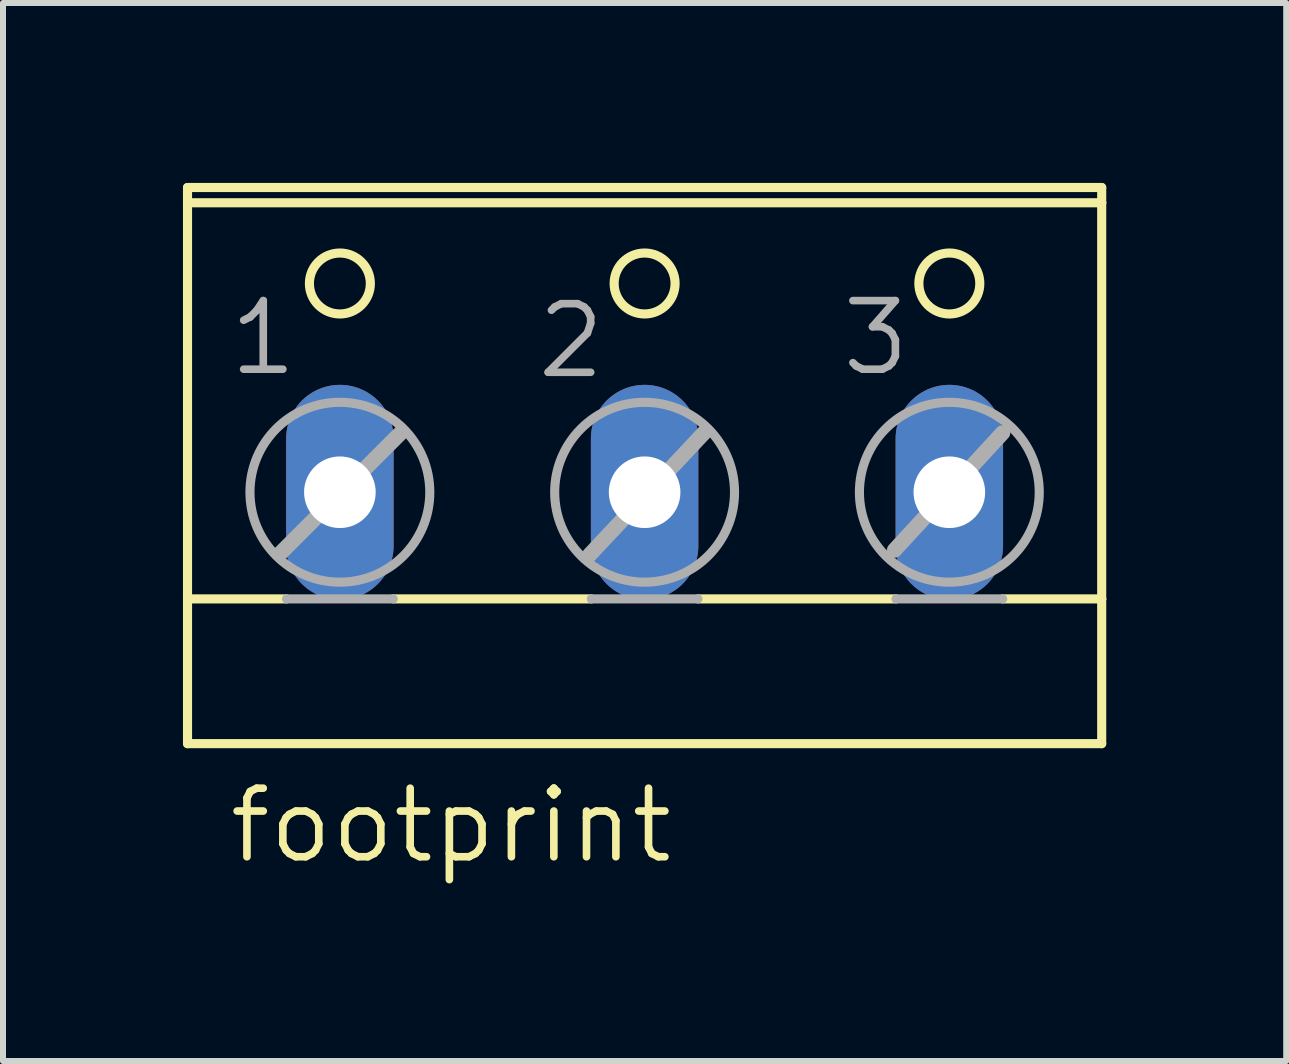
<source format=kicad_pcb>
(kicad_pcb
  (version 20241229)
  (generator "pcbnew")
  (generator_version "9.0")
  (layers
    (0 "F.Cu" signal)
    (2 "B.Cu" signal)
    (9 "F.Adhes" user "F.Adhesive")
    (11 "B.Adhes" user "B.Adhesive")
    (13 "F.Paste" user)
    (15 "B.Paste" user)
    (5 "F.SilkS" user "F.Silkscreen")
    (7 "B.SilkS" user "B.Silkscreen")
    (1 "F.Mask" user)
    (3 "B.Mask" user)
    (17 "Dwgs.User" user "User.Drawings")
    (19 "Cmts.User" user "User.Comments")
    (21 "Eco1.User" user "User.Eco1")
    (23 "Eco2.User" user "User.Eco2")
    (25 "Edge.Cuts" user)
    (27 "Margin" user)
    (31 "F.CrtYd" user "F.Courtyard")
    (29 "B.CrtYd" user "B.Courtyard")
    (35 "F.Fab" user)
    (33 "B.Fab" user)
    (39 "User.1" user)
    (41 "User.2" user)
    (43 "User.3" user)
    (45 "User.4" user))
  (footprint "footprint"
    (layer "F.Cu")
    (at 7.696 4.521)
    (property "Reference" "footprint" (at -6.985 6.858 0) (layer "F.SilkS") (effects (font (size 1.143 1.143) (thickness 0.127)) (justify left bottom)))
    (fp_line (start -7.62 -4.445) (end 7.62 -4.445) (stroke (width 0.152) (type solid)) (layer "F.SilkS"))
    (fp_line (start -7.62 -4.191) (end -7.62 -4.445) (stroke (width 0.152) (type solid)) (layer "F.SilkS"))
    (fp_line (start -7.62 2.413) (end -7.62 -4.191) (stroke (width 0.152) (type solid)) (layer "F.SilkS"))
    (fp_line (start -7.62 2.413) (end -5.969 2.413) (stroke (width 0.152) (type solid)) (layer "F.SilkS"))
    (fp_line (start -7.62 4.826) (end -7.62 2.413) (stroke (width 0.152) (type solid)) (layer "F.SilkS"))
    (fp_line (start -7.62 4.826) (end 7.62 4.826) (stroke (width 0.152) (type solid)) (layer "F.SilkS"))
    (fp_line (start -4.191 2.413) (end -0.889 2.413) (stroke (width 0.152) (type solid)) (layer "F.SilkS"))
    (fp_line (start 0.889 2.413) (end 4.191 2.413) (stroke (width 0.152) (type solid)) (layer "F.SilkS"))
    (fp_line (start 5.969 2.413) (end 7.62 2.413) (stroke (width 0.152) (type solid)) (layer "F.SilkS"))
    (fp_line (start 7.62 -4.191) (end -7.62 -4.191) (stroke (width 0.152) (type solid)) (layer "F.SilkS"))
    (fp_line (start 7.62 -4.191) (end 7.62 -4.445) (stroke (width 0.152) (type solid)) (layer "F.SilkS"))
    (fp_line (start 7.62 -4.191) (end 7.62 2.413) (stroke (width 0.152) (type solid)) (layer "F.SilkS"))
    (fp_line (start 7.62 2.413) (end 7.62 4.826) (stroke (width 0.152) (type solid)) (layer "F.SilkS"))
    (fp_circle (center -5.08 -2.845) (end -4.572 -2.845) (stroke (width 0.152) (type solid)) (fill no) (layer "F.SilkS"))
    (fp_circle (center 0 -2.845) (end 0.508 -2.845) (stroke (width 0.152) (type solid)) (fill no) (layer "F.SilkS"))
    (fp_circle (center 5.08 -2.845) (end 5.588 -2.845) (stroke (width 0.152) (type solid)) (fill no) (layer "F.SilkS"))
    (fp_line (start -6.071 1.651) (end -4.064 -0.356) (stroke (width 0.254) (type solid)) (layer "F.Fab"))
    (fp_line (start -5.969 2.413) (end -4.191 2.413) (stroke (width 0.152) (type solid)) (layer "F.Fab"))
    (fp_line (start -0.914 1.676) (end 0.991 -0.356) (stroke (width 0.254) (type solid)) (layer "F.Fab"))
    (fp_line (start -0.889 2.413) (end 0.889 2.413) (stroke (width 0.152) (type solid)) (layer "F.Fab"))
    (fp_line (start 4.166 1.6) (end 5.969 -0.356) (stroke (width 0.254) (type solid)) (layer "F.Fab"))
    (fp_line (start 4.191 2.413) (end 5.969 2.413) (stroke (width 0.152) (type solid)) (layer "F.Fab"))
    (fp_circle (center -5.08 0.635) (end -3.581 0.635) (stroke (width 0.152) (type solid)) (fill no) (layer "F.Fab"))
    (fp_circle (center 0 0.635) (end 1.499 0.635) (stroke (width 0.152) (type solid)) (fill no) (layer "F.Fab"))
    (fp_circle (center 5.08 0.635) (end 6.579 0.635) (stroke (width 0.152) (type solid)) (fill no) (layer "F.Fab"))
    (fp_text user "1" (at -6.985 -1.27 0) (layer "F.Fab") (effects (font (size 1.143 1.143) (thickness 0.127)) (justify left bottom)))
    (fp_text user "3" (at 3.226 -1.27 0) (layer "F.Fab") (effects (font (size 1.143 1.143) (thickness 0.127)) (justify left bottom)))
    (fp_text user "2" (at -1.854 -1.219 0) (layer "F.Fab") (effects (font (size 1.143 1.143) (thickness 0.127)) (justify left bottom)))
    (pad "1" thru_hole oval (at -5.08 0.635 90) (size 3.581 1.791) (drill 1.194) (layers "*.Cu" "*.Mask"))
    (pad "2" thru_hole oval (at 0 0.635 90) (size 3.581 1.791) (drill 1.194) (layers "*.Cu" "*.Mask"))
    (pad "3" thru_hole oval (at 5.08 0.635 90) (size 3.581 1.791) (drill 1.194) (layers "*.Cu" "*.Mask")))
  (gr_rect
    (start -3 -3)
    (end 18.392 14.638)
    (stroke (width 0.1) (type default))
    (fill no)
    (layer "Edge.Cuts")))
</source>
